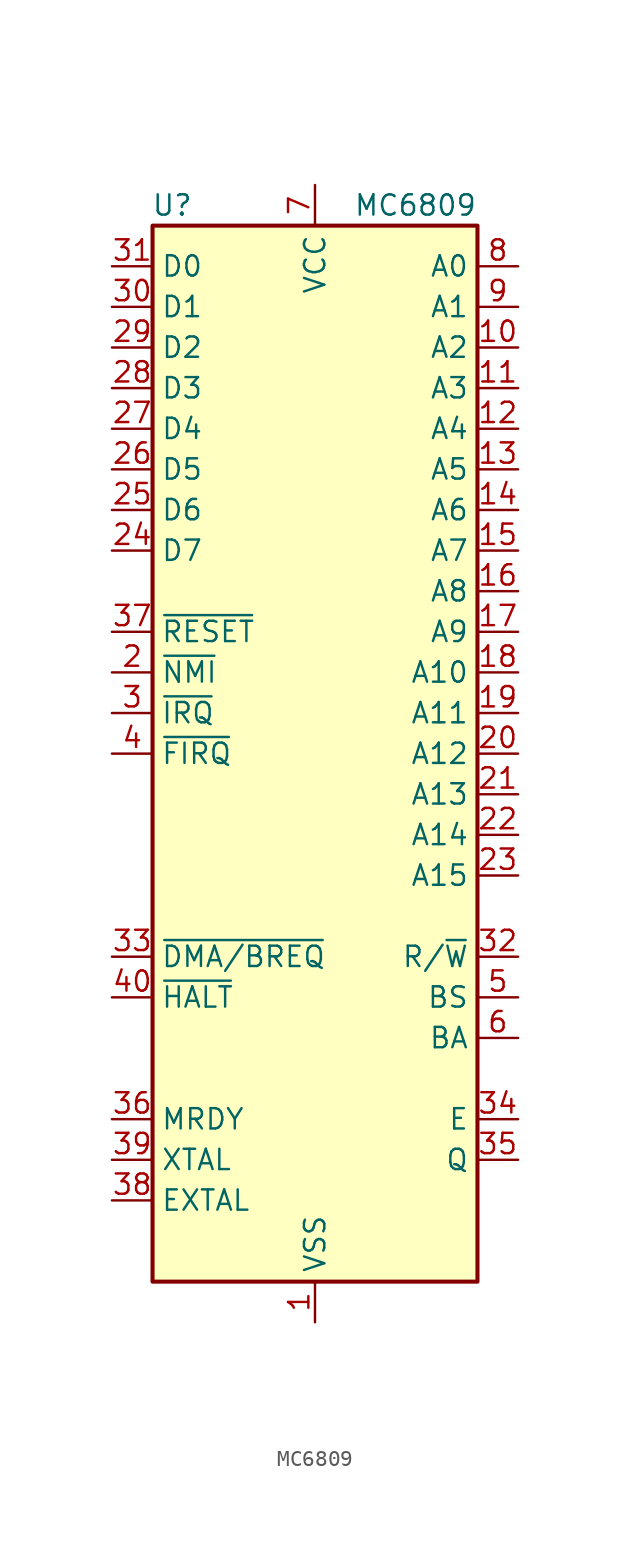
<source format=kicad_sym>
(kicad_symbol_lib
  (version 20220914)
  (generator kicad_symbol_editor)
  (symbol "MC6809"
    (property "Reference" "U"
      (at -7.62 34.29 0)
      (effects (font (size 1.27 1.27)) (justify right)))
    (property "Value" "MC6809"
      (at 10.16 34.29 0)
      (effects (font (size 1.27 1.27)) (justify right)))
    (symbol "MC6809_0_1"
      (rectangle (start -10.16 -33.02) (end 10.16 33.02) (stroke (width 0.254) (type default)) (fill (type background))))
    (symbol "MC6809_1_1"
      (pin power_in line (at 0 -35.56 90) (length 2.54) (name "VSS" (effects (font (size 1.27 1.27)))) (number "1" (effects (font (size 1.27 1.27)))))
      (pin output line (at 12.7 25.4 180) (length 2.54) (name "A2" (effects (font (size 1.27 1.27)))) (number "10" (effects (font (size 1.27 1.27)))))
      (pin output line (at 12.7 22.86 180) (length 2.54) (name "A3" (effects (font (size 1.27 1.27)))) (number "11" (effects (font (size 1.27 1.27)))))
      (pin output line (at 12.7 20.32 180) (length 2.54) (name "A4" (effects (font (size 1.27 1.27)))) (number "12" (effects (font (size 1.27 1.27)))))
      (pin output line (at 12.7 17.78 180) (length 2.54) (name "A5" (effects (font (size 1.27 1.27)))) (number "13" (effects (font (size 1.27 1.27)))))
      (pin output line (at 12.7 15.24 180) (length 2.54) (name "A6" (effects (font (size 1.27 1.27)))) (number "14" (effects (font (size 1.27 1.27)))))
      (pin output line (at 12.7 12.7 180) (length 2.54) (name "A7" (effects (font (size 1.27 1.27)))) (number "15" (effects (font (size 1.27 1.27)))))
      (pin output line (at 12.7 10.16 180) (length 2.54) (name "A8" (effects (font (size 1.27 1.27)))) (number "16" (effects (font (size 1.27 1.27)))))
      (pin output line (at 12.7 7.62 180) (length 2.54) (name "A9" (effects (font (size 1.27 1.27)))) (number "17" (effects (font (size 1.27 1.27)))))
      (pin output line (at 12.7 5.08 180) (length 2.54) (name "A10" (effects (font (size 1.27 1.27)))) (number "18" (effects (font (size 1.27 1.27)))))
      (pin output line (at 12.7 2.54 180) (length 2.54) (name "A11" (effects (font (size 1.27 1.27)))) (number "19" (effects (font (size 1.27 1.27)))))
      (pin input line (at -12.7 5.08 0) (length 2.54) (name "~{NMI}" (effects (font (size 1.27 1.27)))) (number "2" (effects (font (size 1.27 1.27)))))
      (pin output line (at 12.7 0 180) (length 2.54) (name "A12" (effects (font (size 1.27 1.27)))) (number "20" (effects (font (size 1.27 1.27)))))
      (pin output line (at 12.7 -2.54 180) (length 2.54) (name "A13" (effects (font (size 1.27 1.27)))) (number "21" (effects (font (size 1.27 1.27)))))
      (pin output line (at 12.7 -5.08 180) (length 2.54) (name "A14" (effects (font (size 1.27 1.27)))) (number "22" (effects (font (size 1.27 1.27)))))
      (pin output line (at 12.7 -7.62 180) (length 2.54) (name "A15" (effects (font (size 1.27 1.27)))) (number "23" (effects (font (size 1.27 1.27)))))
      (pin bidirectional line (at -12.7 12.7 0) (length 2.54) (name "D7" (effects (font (size 1.27 1.27)))) (number "24" (effects (font (size 1.27 1.27)))))
      (pin bidirectional line (at -12.7 15.24 0) (length 2.54) (name "D6" (effects (font (size 1.27 1.27)))) (number "25" (effects (font (size 1.27 1.27)))))
      (pin bidirectional line (at -12.7 17.78 0) (length 2.54) (name "D5" (effects (font (size 1.27 1.27)))) (number "26" (effects (font (size 1.27 1.27)))))
      (pin bidirectional line (at -12.7 20.32 0) (length 2.54) (name "D4" (effects (font (size 1.27 1.27)))) (number "27" (effects (font (size 1.27 1.27)))))
      (pin bidirectional line (at -12.7 22.86 0) (length 2.54) (name "D3" (effects (font (size 1.27 1.27)))) (number "28" (effects (font (size 1.27 1.27)))))
      (pin bidirectional line (at -12.7 25.4 0) (length 2.54) (name "D2" (effects (font (size 1.27 1.27)))) (number "29" (effects (font (size 1.27 1.27)))))
      (pin input line (at -12.7 2.54 0) (length 2.54) (name "~{IRQ}" (effects (font (size 1.27 1.27)))) (number "3" (effects (font (size 1.27 1.27)))))
      (pin bidirectional line (at -12.7 27.94 0) (length 2.54) (name "D1" (effects (font (size 1.27 1.27)))) (number "30" (effects (font (size 1.27 1.27)))))
      (pin bidirectional line (at -12.7 30.48 0) (length 2.54) (name "D0" (effects (font (size 1.27 1.27)))) (number "31" (effects (font (size 1.27 1.27)))))
      (pin output line (at 12.7 -12.7 180) (length 2.54) (name "R/~{W}" (effects (font (size 1.27 1.27)))) (number "32" (effects (font (size 1.27 1.27)))))
      (pin input line (at -12.7 -12.7 0) (length 2.54) (name "~{DMA/BREQ}" (effects (font (size 1.27 1.27)))) (number "33" (effects (font (size 1.27 1.27)))))
      (pin output line (at 12.7 -22.86 180) (length 2.54) (name "E" (effects (font (size 1.27 1.27)))) (number "34" (effects (font (size 1.27 1.27)))))
      (pin output line (at 12.7 -25.4 180) (length 2.54) (name "Q" (effects (font (size 1.27 1.27)))) (number "35" (effects (font (size 1.27 1.27)))))
      (pin input line (at -12.7 -22.86 0) (length 2.54) (name "MRDY" (effects (font (size 1.27 1.27)))) (number "36" (effects (font (size 1.27 1.27)))))
      (pin input line (at -12.7 7.62 0) (length 2.54) (name "~{RESET}" (effects (font (size 1.27 1.27)))) (number "37" (effects (font (size 1.27 1.27)))))
      (pin input line (at -12.7 -27.94 0) (length 2.54) (name "EXTAL" (effects (font (size 1.27 1.27)))) (number "38" (effects (font (size 1.27 1.27)))))
      (pin input line (at -12.7 -25.4 0) (length 2.54) (name "XTAL" (effects (font (size 1.27 1.27)))) (number "39" (effects (font (size 1.27 1.27)))))
      (pin input line (at -12.7 0 0) (length 2.54) (name "~{FIRQ}" (effects (font (size 1.27 1.27)))) (number "4" (effects (font (size 1.27 1.27)))))
      (pin input line (at -12.7 -15.24 0) (length 2.54) (name "~{HALT}" (effects (font (size 1.27 1.27)))) (number "40" (effects (font (size 1.27 1.27)))))
      (pin output line (at 12.7 -15.24 180) (length 2.54) (name "BS" (effects (font (size 1.27 1.27)))) (number "5" (effects (font (size 1.27 1.27)))))
      (pin output line (at 12.7 -17.78 180) (length 2.54) (name "BA" (effects (font (size 1.27 1.27)))) (number "6" (effects (font (size 1.27 1.27)))))
      (pin power_in line (at 0 35.56 270) (length 2.54) (name "VCC" (effects (font (size 1.27 1.27)))) (number "7" (effects (font (size 1.27 1.27)))))
      (pin output line (at 12.7 30.48 180) (length 2.54) (name "A0" (effects (font (size 1.27 1.27)))) (number "8" (effects (font (size 1.27 1.27)))))
      (pin output line (at 12.7 27.94 180) (length 2.54) (name "A1" (effects (font (size 1.27 1.27)))) (number "9" (effects (font (size 1.27 1.27))))))))
</source>
